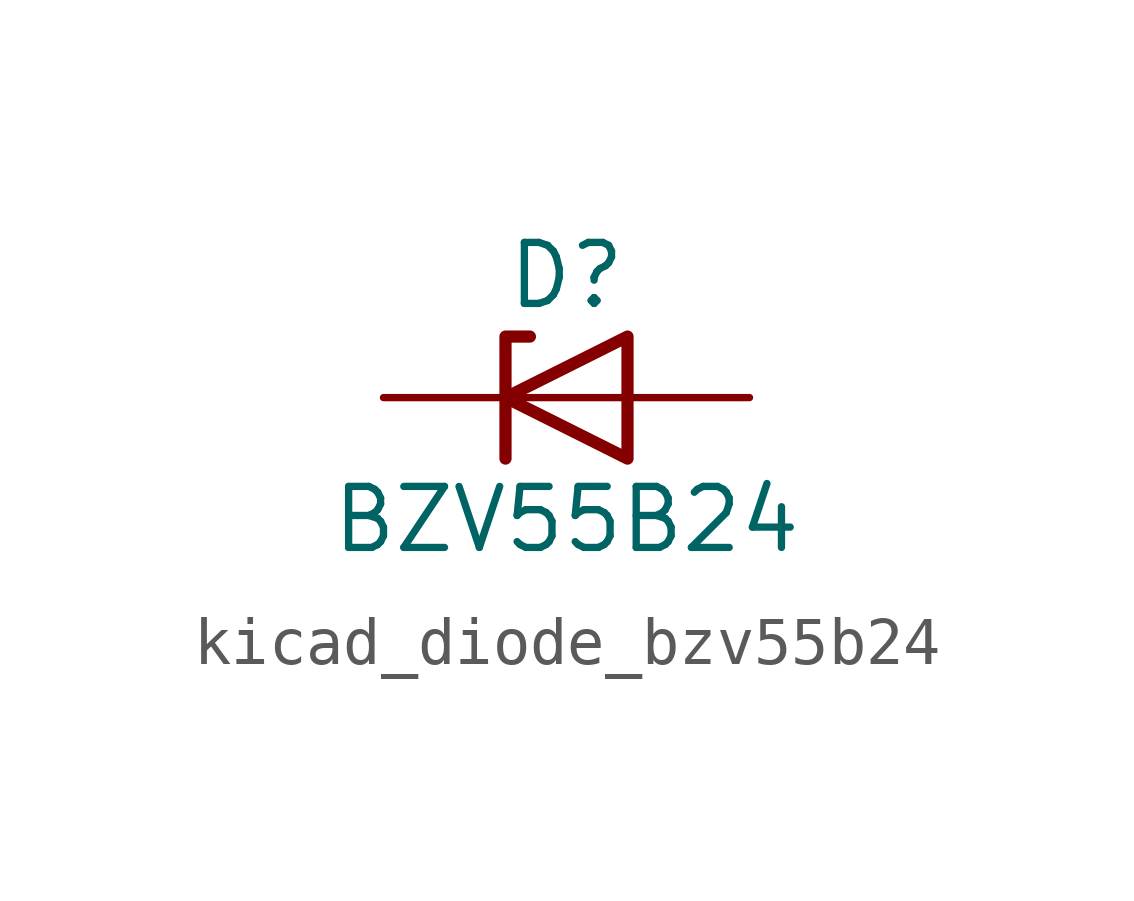
<source format=kicad_sym>
(kicad_symbol_lib
  (version 20220914)
  (generator kicad_symbol_editor)
  (symbol "kicad_diode_bzv55b24"
    (pin_numbers hide)
    (pin_names hide)
    (property "Reference" "D"
      (at 0 2.54 0)
      (effects (font (size 1.27 1.27))))
    (property "Value" "BZV55B24"
      (at 0 -2.54 0)
      (effects (font (size 1.27 1.27))))
    (symbol "kicad_diode_bzv55b24_0_1"
      (polyline (pts (xy 1.27 0) (xy -1.27 0)) (stroke (width 0) (type default)) (fill (type none)))
      (polyline (pts (xy -1.27 -1.27) (xy -1.27 1.27) (xy -0.762 1.27)) (stroke (width 0.254) (type default)) (fill (type none)))
      (polyline (pts (xy 1.27 -1.27) (xy 1.27 1.27) (xy -1.27 0) (xy 1.27 -1.27)) (stroke (width 0.254) (type default)) (fill (type none))))
    (symbol "kicad_diode_bzv55b24_1_1"
      (pin passive line (at -3.81 0 0) (length 2.54) (name "K" (effects (font (size 1.27 1.27)))) (number "1" (effects (font (size 1.27 1.27)))))
      (pin passive line (at 3.81 0 180) (length 2.54) (name "A" (effects (font (size 1.27 1.27)))) (number "2" (effects (font (size 1.27 1.27))))))))
</source>
